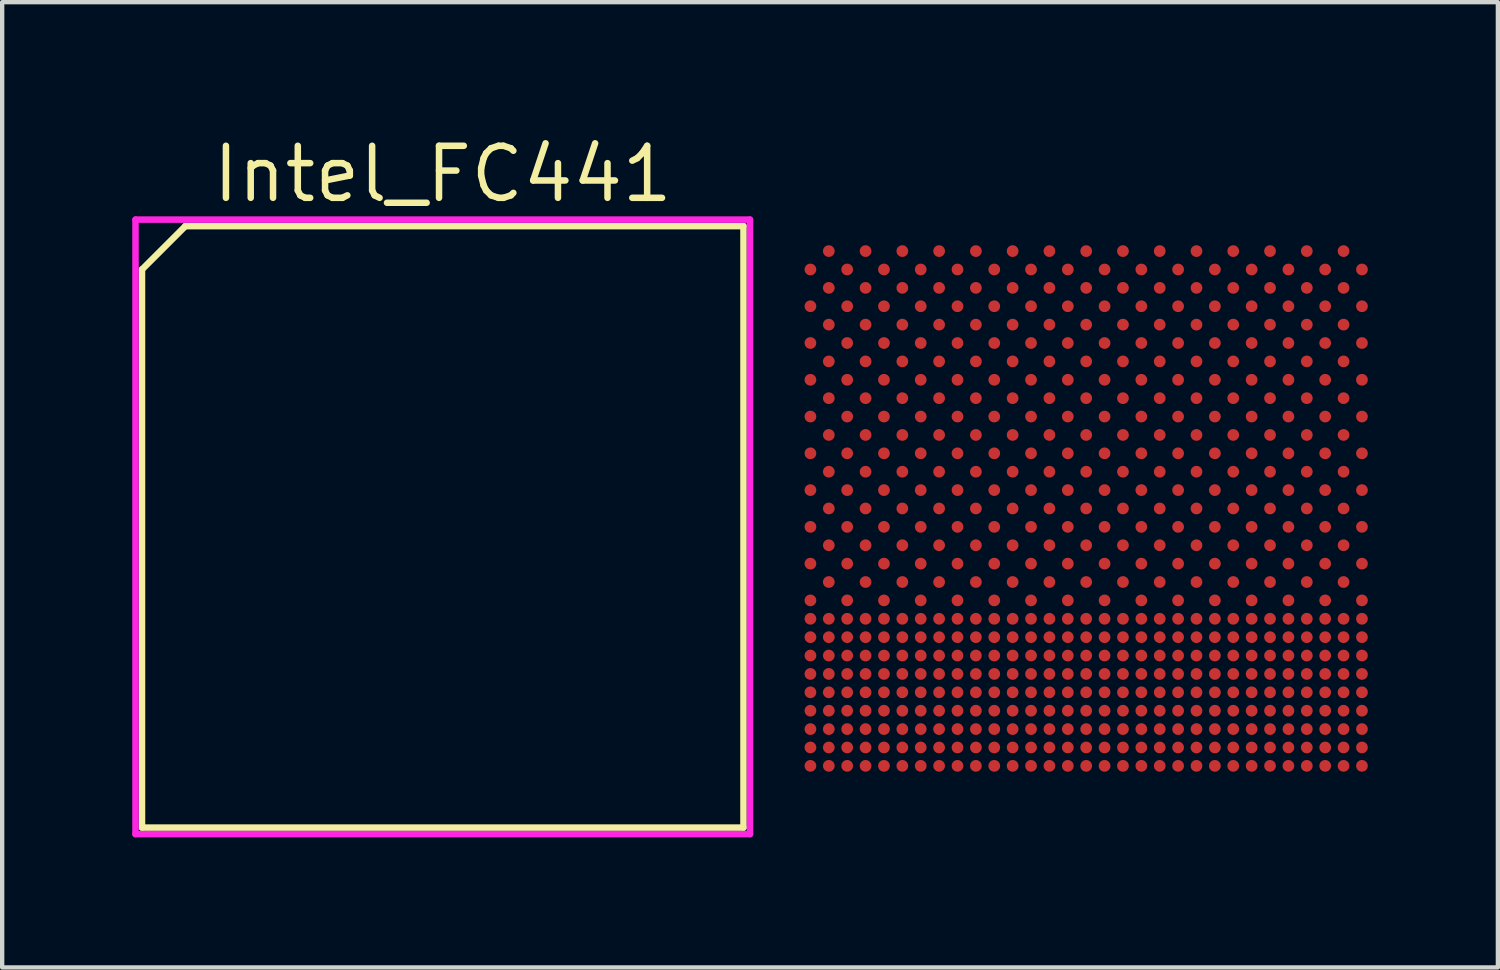
<source format=kicad_pcb>
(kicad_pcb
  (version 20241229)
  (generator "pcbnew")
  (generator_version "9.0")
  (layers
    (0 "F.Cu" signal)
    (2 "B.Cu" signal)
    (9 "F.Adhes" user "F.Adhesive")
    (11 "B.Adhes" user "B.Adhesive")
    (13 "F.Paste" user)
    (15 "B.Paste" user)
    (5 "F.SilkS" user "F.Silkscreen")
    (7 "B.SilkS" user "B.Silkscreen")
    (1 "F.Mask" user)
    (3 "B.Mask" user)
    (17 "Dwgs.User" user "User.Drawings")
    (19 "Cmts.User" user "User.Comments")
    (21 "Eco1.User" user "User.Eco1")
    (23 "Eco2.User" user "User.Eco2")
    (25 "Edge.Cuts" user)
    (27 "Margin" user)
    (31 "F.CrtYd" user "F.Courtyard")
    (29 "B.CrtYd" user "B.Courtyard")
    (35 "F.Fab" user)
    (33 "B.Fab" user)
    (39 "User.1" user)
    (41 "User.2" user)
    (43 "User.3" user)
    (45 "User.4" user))
  (footprint "Intel_FC441"
    (layer "F.Cu")
    (at 7.161 9.101)
    (property "Reference" "Intel_FC441" (at 0 -8.136 0) (layer "F.SilkS") (effects (font (size 1.2 1.2) (thickness 0.15))))
    (attr through_hole)
    (fp_line (start -6.936 -5.936) (end -6.936 6.936) (stroke (width 0.15) (type solid)) (layer "F.SilkS"))
    (fp_line (start -6.936 6.936) (end 6.936 6.936) (stroke (width 0.15) (type solid)) (layer "F.SilkS"))
    (fp_line (start -5.936 -6.936) (end -6.936 -5.936) (stroke (width 0.15) (type solid)) (layer "F.SilkS"))
    (fp_line (start 6.936 -6.936) (end -5.936 -6.936) (stroke (width 0.15) (type solid)) (layer "F.SilkS"))
    (fp_line (start 6.936 6.936) (end 6.936 -6.936) (stroke (width 0.15) (type solid)) (layer "F.SilkS"))
    (fp_line (start -7.086 -7.086) (end 7.086 -7.086) (stroke (width 0.15) (type solid)) (layer "F.CrtYd"))
    (fp_line (start -7.086 7.086) (end -7.086 -7.086) (stroke (width 0.15) (type solid)) (layer "F.CrtYd"))
    (fp_line (start 7.086 -7.086) (end 7.086 7.086) (stroke (width 0.15) (type solid)) (layer "F.CrtYd"))
    (fp_line (start 7.086 7.086) (end -7.086 7.086) (stroke (width 0.15) (type solid)) (layer "F.CrtYd"))
    (pad "A2" smd circle (at 8.904 -6.36) (size 0.27 0.27) (layers "F.Cu" "F.Mask" "F.Paste"))
    (pad "A4" smd circle (at 9.752 -6.36) (size 0.27 0.27) (layers "F.Cu" "F.Mask" "F.Paste"))
    (pad "A6" smd circle (at 10.6 -6.36) (size 0.27 0.27) (layers "F.Cu" "F.Mask" "F.Paste"))
    (pad "A8" smd circle (at 11.448 -6.36) (size 0.27 0.27) (layers "F.Cu" "F.Mask" "F.Paste"))
    (pad "A10" smd circle (at 12.296 -6.36) (size 0.27 0.27) (layers "F.Cu" "F.Mask" "F.Paste"))
    (pad "A12" smd circle (at 13.144 -6.36) (size 0.27 0.27) (layers "F.Cu" "F.Mask" "F.Paste"))
    (pad "A14" smd circle (at 13.992 -6.36) (size 0.27 0.27) (layers "F.Cu" "F.Mask" "F.Paste"))
    (pad "A16" smd circle (at 14.84 -6.36) (size 0.27 0.27) (layers "F.Cu" "F.Mask" "F.Paste"))
    (pad "A18" smd circle (at 15.688 -6.36) (size 0.27 0.27) (layers "F.Cu" "F.Mask" "F.Paste"))
    (pad "A20" smd circle (at 16.536 -6.36) (size 0.27 0.27) (layers "F.Cu" "F.Mask" "F.Paste"))
    (pad "A22" smd circle (at 17.384 -6.36) (size 0.27 0.27) (layers "F.Cu" "F.Mask" "F.Paste"))
    (pad "A24" smd circle (at 18.232 -6.36) (size 0.27 0.27) (layers "F.Cu" "F.Mask" "F.Paste"))
    (pad "A26" smd circle (at 19.08 -6.36) (size 0.27 0.27) (layers "F.Cu" "F.Mask" "F.Paste"))
    (pad "A28" smd circle (at 19.928 -6.36) (size 0.27 0.27) (layers "F.Cu" "F.Mask" "F.Paste"))
    (pad "A30" smd circle (at 20.776 -6.36) (size 0.27 0.27) (layers "F.Cu" "F.Mask" "F.Paste"))
    (pad "AA1" smd circle (at 8.48 2.12) (size 0.27 0.27) (layers "F.Cu" "F.Mask" "F.Paste"))
    (pad "AA2" smd circle (at 8.904 2.12) (size 0.27 0.27) (layers "F.Cu" "F.Mask" "F.Paste"))
    (pad "AA3" smd circle (at 9.328 2.12) (size 0.27 0.27) (layers "F.Cu" "F.Mask" "F.Paste"))
    (pad "AA4" smd circle (at 9.752 2.12) (size 0.27 0.27) (layers "F.Cu" "F.Mask" "F.Paste"))
    (pad "AA5" smd circle (at 10.176 2.12) (size 0.27 0.27) (layers "F.Cu" "F.Mask" "F.Paste"))
    (pad "AA6" smd circle (at 10.6 2.12) (size 0.27 0.27) (layers "F.Cu" "F.Mask" "F.Paste"))
    (pad "AA7" smd circle (at 11.024 2.12) (size 0.27 0.27) (layers "F.Cu" "F.Mask" "F.Paste"))
    (pad "AA8" smd circle (at 11.448 2.12) (size 0.27 0.27) (layers "F.Cu" "F.Mask" "F.Paste"))
    (pad "AA9" smd circle (at 11.872 2.12) (size 0.27 0.27) (layers "F.Cu" "F.Mask" "F.Paste"))
    (pad "AA10" smd circle (at 12.296 2.12) (size 0.27 0.27) (layers "F.Cu" "F.Mask" "F.Paste"))
    (pad "AA11" smd circle (at 12.72 2.12) (size 0.27 0.27) (layers "F.Cu" "F.Mask" "F.Paste"))
    (pad "AA12" smd circle (at 13.144 2.12) (size 0.27 0.27) (layers "F.Cu" "F.Mask" "F.Paste"))
    (pad "AA13" smd circle (at 13.568 2.12) (size 0.27 0.27) (layers "F.Cu" "F.Mask" "F.Paste"))
    (pad "AA14" smd circle (at 13.992 2.12) (size 0.27 0.27) (layers "F.Cu" "F.Mask" "F.Paste"))
    (pad "AA15" smd circle (at 14.416 2.12) (size 0.27 0.27) (layers "F.Cu" "F.Mask" "F.Paste"))
    (pad "AA16" smd circle (at 14.84 2.12) (size 0.27 0.27) (layers "F.Cu" "F.Mask" "F.Paste"))
    (pad "AA17" smd circle (at 15.264 2.12) (size 0.27 0.27) (layers "F.Cu" "F.Mask" "F.Paste"))
    (pad "AA18" smd circle (at 15.688 2.12) (size 0.27 0.27) (layers "F.Cu" "F.Mask" "F.Paste"))
    (pad "AA19" smd circle (at 16.112 2.12) (size 0.27 0.27) (layers "F.Cu" "F.Mask" "F.Paste"))
    (pad "AA20" smd circle (at 16.536 2.12) (size 0.27 0.27) (layers "F.Cu" "F.Mask" "F.Paste"))
    (pad "AA21" smd circle (at 16.96 2.12) (size 0.27 0.27) (layers "F.Cu" "F.Mask" "F.Paste"))
    (pad "AA22" smd circle (at 17.384 2.12) (size 0.27 0.27) (layers "F.Cu" "F.Mask" "F.Paste"))
    (pad "AA23" smd circle (at 17.808 2.12) (size 0.27 0.27) (layers "F.Cu" "F.Mask" "F.Paste"))
    (pad "AA24" smd circle (at 18.232 2.12) (size 0.27 0.27) (layers "F.Cu" "F.Mask" "F.Paste"))
    (pad "AA25" smd circle (at 18.656 2.12) (size 0.27 0.27) (layers "F.Cu" "F.Mask" "F.Paste"))
    (pad "AA26" smd circle (at 19.08 2.12) (size 0.27 0.27) (layers "F.Cu" "F.Mask" "F.Paste"))
    (pad "AA27" smd circle (at 19.504 2.12) (size 0.27 0.27) (layers "F.Cu" "F.Mask" "F.Paste"))
    (pad "AA28" smd circle (at 19.928 2.12) (size 0.27 0.27) (layers "F.Cu" "F.Mask" "F.Paste"))
    (pad "AA29" smd circle (at 20.352 2.12) (size 0.27 0.27) (layers "F.Cu" "F.Mask" "F.Paste"))
    (pad "AA30" smd circle (at 20.776 2.12) (size 0.27 0.27) (layers "F.Cu" "F.Mask" "F.Paste"))
    (pad "AA31" smd circle (at 21.2 2.12) (size 0.27 0.27) (layers "F.Cu" "F.Mask" "F.Paste"))
    (pad "AB1" smd circle (at 8.48 2.544) (size 0.27 0.27) (layers "F.Cu" "F.Mask" "F.Paste"))
    (pad "AB2" smd circle (at 8.904 2.544) (size 0.27 0.27) (layers "F.Cu" "F.Mask" "F.Paste"))
    (pad "AB3" smd circle (at 9.328 2.544) (size 0.27 0.27) (layers "F.Cu" "F.Mask" "F.Paste"))
    (pad "AB4" smd circle (at 9.752 2.544) (size 0.27 0.27) (layers "F.Cu" "F.Mask" "F.Paste"))
    (pad "AB5" smd circle (at 10.176 2.544) (size 0.27 0.27) (layers "F.Cu" "F.Mask" "F.Paste"))
    (pad "AB6" smd circle (at 10.6 2.544) (size 0.27 0.27) (layers "F.Cu" "F.Mask" "F.Paste"))
    (pad "AB7" smd circle (at 11.024 2.544) (size 0.27 0.27) (layers "F.Cu" "F.Mask" "F.Paste"))
    (pad "AB8" smd circle (at 11.448 2.544) (size 0.27 0.27) (layers "F.Cu" "F.Mask" "F.Paste"))
    (pad "AB9" smd circle (at 11.872 2.544) (size 0.27 0.27) (layers "F.Cu" "F.Mask" "F.Paste"))
    (pad "AB10" smd circle (at 12.296 2.544) (size 0.27 0.27) (layers "F.Cu" "F.Mask" "F.Paste"))
    (pad "AB11" smd circle (at 12.72 2.544) (size 0.27 0.27) (layers "F.Cu" "F.Mask" "F.Paste"))
    (pad "AB12" smd circle (at 13.144 2.544) (size 0.27 0.27) (layers "F.Cu" "F.Mask" "F.Paste"))
    (pad "AB13" smd circle (at 13.568 2.544) (size 0.27 0.27) (layers "F.Cu" "F.Mask" "F.Paste"))
    (pad "AB14" smd circle (at 13.992 2.544) (size 0.27 0.27) (layers "F.Cu" "F.Mask" "F.Paste"))
    (pad "AB15" smd circle (at 14.416 2.544) (size 0.27 0.27) (layers "F.Cu" "F.Mask" "F.Paste"))
    (pad "AB16" smd circle (at 14.84 2.544) (size 0.27 0.27) (layers "F.Cu" "F.Mask" "F.Paste"))
    (pad "AB17" smd circle (at 15.264 2.544) (size 0.27 0.27) (layers "F.Cu" "F.Mask" "F.Paste"))
    (pad "AB18" smd circle (at 15.688 2.544) (size 0.27 0.27) (layers "F.Cu" "F.Mask" "F.Paste"))
    (pad "AB19" smd circle (at 16.112 2.544) (size 0.27 0.27) (layers "F.Cu" "F.Mask" "F.Paste"))
    (pad "AB20" smd circle (at 16.536 2.544) (size 0.27 0.27) (layers "F.Cu" "F.Mask" "F.Paste"))
    (pad "AB21" smd circle (at 16.96 2.544) (size 0.27 0.27) (layers "F.Cu" "F.Mask" "F.Paste"))
    (pad "AB22" smd circle (at 17.384 2.544) (size 0.27 0.27) (layers "F.Cu" "F.Mask" "F.Paste"))
    (pad "AB23" smd circle (at 17.808 2.544) (size 0.27 0.27) (layers "F.Cu" "F.Mask" "F.Paste"))
    (pad "AB24" smd circle (at 18.232 2.544) (size 0.27 0.27) (layers "F.Cu" "F.Mask" "F.Paste"))
    (pad "AB25" smd circle (at 18.656 2.544) (size 0.27 0.27) (layers "F.Cu" "F.Mask" "F.Paste"))
    (pad "AB26" smd circle (at 19.08 2.544) (size 0.27 0.27) (layers "F.Cu" "F.Mask" "F.Paste"))
    (pad "AB27" smd circle (at 19.504 2.544) (size 0.27 0.27) (layers "F.Cu" "F.Mask" "F.Paste"))
    (pad "AB28" smd circle (at 19.928 2.544) (size 0.27 0.27) (layers "F.Cu" "F.Mask" "F.Paste"))
    (pad "AB29" smd circle (at 20.352 2.544) (size 0.27 0.27) (layers "F.Cu" "F.Mask" "F.Paste"))
    (pad "AB30" smd circle (at 20.776 2.544) (size 0.27 0.27) (layers "F.Cu" "F.Mask" "F.Paste"))
    (pad "AB31" smd circle (at 21.2 2.544) (size 0.27 0.27) (layers "F.Cu" "F.Mask" "F.Paste"))
    (pad "AC1" smd circle (at 8.48 2.968) (size 0.27 0.27) (layers "F.Cu" "F.Mask" "F.Paste"))
    (pad "AC2" smd circle (at 8.904 2.968) (size 0.27 0.27) (layers "F.Cu" "F.Mask" "F.Paste"))
    (pad "AC3" smd circle (at 9.328 2.968) (size 0.27 0.27) (layers "F.Cu" "F.Mask" "F.Paste"))
    (pad "AC4" smd circle (at 9.752 2.968) (size 0.27 0.27) (layers "F.Cu" "F.Mask" "F.Paste"))
    (pad "AC5" smd circle (at 10.176 2.968) (size 0.27 0.27) (layers "F.Cu" "F.Mask" "F.Paste"))
    (pad "AC6" smd circle (at 10.6 2.968) (size 0.27 0.27) (layers "F.Cu" "F.Mask" "F.Paste"))
    (pad "AC7" smd circle (at 11.024 2.968) (size 0.27 0.27) (layers "F.Cu" "F.Mask" "F.Paste"))
    (pad "AC8" smd circle (at 11.448 2.968) (size 0.27 0.27) (layers "F.Cu" "F.Mask" "F.Paste"))
    (pad "AC9" smd circle (at 11.872 2.968) (size 0.27 0.27) (layers "F.Cu" "F.Mask" "F.Paste"))
    (pad "AC10" smd circle (at 12.296 2.968) (size 0.27 0.27) (layers "F.Cu" "F.Mask" "F.Paste"))
    (pad "AC11" smd circle (at 12.72 2.968) (size 0.27 0.27) (layers "F.Cu" "F.Mask" "F.Paste"))
    (pad "AC12" smd circle (at 13.144 2.968) (size 0.27 0.27) (layers "F.Cu" "F.Mask" "F.Paste"))
    (pad "AC13" smd circle (at 13.568 2.968) (size 0.27 0.27) (layers "F.Cu" "F.Mask" "F.Paste"))
    (pad "AC14" smd circle (at 13.992 2.968) (size 0.27 0.27) (layers "F.Cu" "F.Mask" "F.Paste"))
    (pad "AC15" smd circle (at 14.416 2.968) (size 0.27 0.27) (layers "F.Cu" "F.Mask" "F.Paste"))
    (pad "AC16" smd circle (at 14.84 2.968) (size 0.27 0.27) (layers "F.Cu" "F.Mask" "F.Paste"))
    (pad "AC17" smd circle (at 15.264 2.968) (size 0.27 0.27) (layers "F.Cu" "F.Mask" "F.Paste"))
    (pad "AC18" smd circle (at 15.688 2.968) (size 0.27 0.27) (layers "F.Cu" "F.Mask" "F.Paste"))
    (pad "AC19" smd circle (at 16.112 2.968) (size 0.27 0.27) (layers "F.Cu" "F.Mask" "F.Paste"))
    (pad "AC20" smd circle (at 16.536 2.968) (size 0.27 0.27) (layers "F.Cu" "F.Mask" "F.Paste"))
    (pad "AC21" smd circle (at 16.96 2.968) (size 0.27 0.27) (layers "F.Cu" "F.Mask" "F.Paste"))
    (pad "AC22" smd circle (at 17.384 2.968) (size 0.27 0.27) (layers "F.Cu" "F.Mask" "F.Paste"))
    (pad "AC23" smd circle (at 17.808 2.968) (size 0.27 0.27) (layers "F.Cu" "F.Mask" "F.Paste"))
    (pad "AC24" smd circle (at 18.232 2.968) (size 0.27 0.27) (layers "F.Cu" "F.Mask" "F.Paste"))
    (pad "AC25" smd circle (at 18.656 2.968) (size 0.27 0.27) (layers "F.Cu" "F.Mask" "F.Paste"))
    (pad "AC26" smd circle (at 19.08 2.968) (size 0.27 0.27) (layers "F.Cu" "F.Mask" "F.Paste"))
    (pad "AC27" smd circle (at 19.504 2.968) (size 0.27 0.27) (layers "F.Cu" "F.Mask" "F.Paste"))
    (pad "AC28" smd circle (at 19.928 2.968) (size 0.27 0.27) (layers "F.Cu" "F.Mask" "F.Paste"))
    (pad "AC29" smd circle (at 20.352 2.968) (size 0.27 0.27) (layers "F.Cu" "F.Mask" "F.Paste"))
    (pad "AC30" smd circle (at 20.776 2.968) (size 0.27 0.27) (layers "F.Cu" "F.Mask" "F.Paste"))
    (pad "AC31" smd circle (at 21.2 2.968) (size 0.27 0.27) (layers "F.Cu" "F.Mask" "F.Paste"))
    (pad "AD1" smd circle (at 8.48 3.392) (size 0.27 0.27) (layers "F.Cu" "F.Mask" "F.Paste"))
    (pad "AD2" smd circle (at 8.904 3.392) (size 0.27 0.27) (layers "F.Cu" "F.Mask" "F.Paste"))
    (pad "AD3" smd circle (at 9.328 3.392) (size 0.27 0.27) (layers "F.Cu" "F.Mask" "F.Paste"))
    (pad "AD4" smd circle (at 9.752 3.392) (size 0.27 0.27) (layers "F.Cu" "F.Mask" "F.Paste"))
    (pad "AD5" smd circle (at 10.176 3.392) (size 0.27 0.27) (layers "F.Cu" "F.Mask" "F.Paste"))
    (pad "AD6" smd circle (at 10.6 3.392) (size 0.27 0.27) (layers "F.Cu" "F.Mask" "F.Paste"))
    (pad "AD7" smd circle (at 11.024 3.392) (size 0.27 0.27) (layers "F.Cu" "F.Mask" "F.Paste"))
    (pad "AD8" smd circle (at 11.448 3.392) (size 0.27 0.27) (layers "F.Cu" "F.Mask" "F.Paste"))
    (pad "AD9" smd circle (at 11.872 3.392) (size 0.27 0.27) (layers "F.Cu" "F.Mask" "F.Paste"))
    (pad "AD10" smd circle (at 12.296 3.392) (size 0.27 0.27) (layers "F.Cu" "F.Mask" "F.Paste"))
    (pad "AD11" smd circle (at 12.72 3.392) (size 0.27 0.27) (layers "F.Cu" "F.Mask" "F.Paste"))
    (pad "AD12" smd circle (at 13.144 3.392) (size 0.27 0.27) (layers "F.Cu" "F.Mask" "F.Paste"))
    (pad "AD13" smd circle (at 13.568 3.392) (size 0.27 0.27) (layers "F.Cu" "F.Mask" "F.Paste"))
    (pad "AD14" smd circle (at 13.992 3.392) (size 0.27 0.27) (layers "F.Cu" "F.Mask" "F.Paste"))
    (pad "AD15" smd circle (at 14.416 3.392) (size 0.27 0.27) (layers "F.Cu" "F.Mask" "F.Paste"))
    (pad "AD16" smd circle (at 14.84 3.392) (size 0.27 0.27) (layers "F.Cu" "F.Mask" "F.Paste"))
    (pad "AD17" smd circle (at 15.264 3.392) (size 0.27 0.27) (layers "F.Cu" "F.Mask" "F.Paste"))
    (pad "AD18" smd circle (at 15.688 3.392) (size 0.27 0.27) (layers "F.Cu" "F.Mask" "F.Paste"))
    (pad "AD19" smd circle (at 16.112 3.392) (size 0.27 0.27) (layers "F.Cu" "F.Mask" "F.Paste"))
    (pad "AD20" smd circle (at 16.536 3.392) (size 0.27 0.27) (layers "F.Cu" "F.Mask" "F.Paste"))
    (pad "AD21" smd circle (at 16.96 3.392) (size 0.27 0.27) (layers "F.Cu" "F.Mask" "F.Paste"))
    (pad "AD22" smd circle (at 17.384 3.392) (size 0.27 0.27) (layers "F.Cu" "F.Mask" "F.Paste"))
    (pad "AD23" smd circle (at 17.808 3.392) (size 0.27 0.27) (layers "F.Cu" "F.Mask" "F.Paste"))
    (pad "AD24" smd circle (at 18.232 3.392) (size 0.27 0.27) (layers "F.Cu" "F.Mask" "F.Paste"))
    (pad "AD25" smd circle (at 18.656 3.392) (size 0.27 0.27) (layers "F.Cu" "F.Mask" "F.Paste"))
    (pad "AD26" smd circle (at 19.08 3.392) (size 0.27 0.27) (layers "F.Cu" "F.Mask" "F.Paste"))
    (pad "AD27" smd circle (at 19.504 3.392) (size 0.27 0.27) (layers "F.Cu" "F.Mask" "F.Paste"))
    (pad "AD28" smd circle (at 19.928 3.392) (size 0.27 0.27) (layers "F.Cu" "F.Mask" "F.Paste"))
    (pad "AD29" smd circle (at 20.352 3.392) (size 0.27 0.27) (layers "F.Cu" "F.Mask" "F.Paste"))
    (pad "AD30" smd circle (at 20.776 3.392) (size 0.27 0.27) (layers "F.Cu" "F.Mask" "F.Paste"))
    (pad "AD31" smd circle (at 21.2 3.392) (size 0.27 0.27) (layers "F.Cu" "F.Mask" "F.Paste"))
    (pad "AE1" smd circle (at 8.48 3.816) (size 0.27 0.27) (layers "F.Cu" "F.Mask" "F.Paste"))
    (pad "AE2" smd circle (at 8.904 3.816) (size 0.27 0.27) (layers "F.Cu" "F.Mask" "F.Paste"))
    (pad "AE3" smd circle (at 9.328 3.816) (size 0.27 0.27) (layers "F.Cu" "F.Mask" "F.Paste"))
    (pad "AE4" smd circle (at 9.752 3.816) (size 0.27 0.27) (layers "F.Cu" "F.Mask" "F.Paste"))
    (pad "AE5" smd circle (at 10.176 3.816) (size 0.27 0.27) (layers "F.Cu" "F.Mask" "F.Paste"))
    (pad "AE6" smd circle (at 10.6 3.816) (size 0.27 0.27) (layers "F.Cu" "F.Mask" "F.Paste"))
    (pad "AE7" smd circle (at 11.024 3.816) (size 0.27 0.27) (layers "F.Cu" "F.Mask" "F.Paste"))
    (pad "AE8" smd circle (at 11.448 3.816) (size 0.27 0.27) (layers "F.Cu" "F.Mask" "F.Paste"))
    (pad "AE9" smd circle (at 11.872 3.816) (size 0.27 0.27) (layers "F.Cu" "F.Mask" "F.Paste"))
    (pad "AE10" smd circle (at 12.296 3.816) (size 0.27 0.27) (layers "F.Cu" "F.Mask" "F.Paste"))
    (pad "AE11" smd circle (at 12.72 3.816) (size 0.27 0.27) (layers "F.Cu" "F.Mask" "F.Paste"))
    (pad "AE12" smd circle (at 13.144 3.816) (size 0.27 0.27) (layers "F.Cu" "F.Mask" "F.Paste"))
    (pad "AE13" smd circle (at 13.568 3.816) (size 0.27 0.27) (layers "F.Cu" "F.Mask" "F.Paste"))
    (pad "AE14" smd circle (at 13.992 3.816) (size 0.27 0.27) (layers "F.Cu" "F.Mask" "F.Paste"))
    (pad "AE15" smd circle (at 14.416 3.816) (size 0.27 0.27) (layers "F.Cu" "F.Mask" "F.Paste"))
    (pad "AE16" smd circle (at 14.84 3.816) (size 0.27 0.27) (layers "F.Cu" "F.Mask" "F.Paste"))
    (pad "AE17" smd circle (at 15.264 3.816) (size 0.27 0.27) (layers "F.Cu" "F.Mask" "F.Paste"))
    (pad "AE18" smd circle (at 15.688 3.816) (size 0.27 0.27) (layers "F.Cu" "F.Mask" "F.Paste"))
    (pad "AE19" smd circle (at 16.112 3.816) (size 0.27 0.27) (layers "F.Cu" "F.Mask" "F.Paste"))
    (pad "AE20" smd circle (at 16.536 3.816) (size 0.27 0.27) (layers "F.Cu" "F.Mask" "F.Paste"))
    (pad "AE21" smd circle (at 16.96 3.816) (size 0.27 0.27) (layers "F.Cu" "F.Mask" "F.Paste"))
    (pad "AE22" smd circle (at 17.384 3.816) (size 0.27 0.27) (layers "F.Cu" "F.Mask" "F.Paste"))
    (pad "AE23" smd circle (at 17.808 3.816) (size 0.27 0.27) (layers "F.Cu" "F.Mask" "F.Paste"))
    (pad "AE24" smd circle (at 18.232 3.816) (size 0.27 0.27) (layers "F.Cu" "F.Mask" "F.Paste"))
    (pad "AE25" smd circle (at 18.656 3.816) (size 0.27 0.27) (layers "F.Cu" "F.Mask" "F.Paste"))
    (pad "AE26" smd circle (at 19.08 3.816) (size 0.27 0.27) (layers "F.Cu" "F.Mask" "F.Paste"))
    (pad "AE27" smd circle (at 19.504 3.816) (size 0.27 0.27) (layers "F.Cu" "F.Mask" "F.Paste"))
    (pad "AE28" smd circle (at 19.928 3.816) (size 0.27 0.27) (layers "F.Cu" "F.Mask" "F.Paste"))
    (pad "AE29" smd circle (at 20.352 3.816) (size 0.27 0.27) (layers "F.Cu" "F.Mask" "F.Paste"))
    (pad "AE30" smd circle (at 20.776 3.816) (size 0.27 0.27) (layers "F.Cu" "F.Mask" "F.Paste"))
    (pad "AE31" smd circle (at 21.2 3.816) (size 0.27 0.27) (layers "F.Cu" "F.Mask" "F.Paste"))
    (pad "AF1" smd circle (at 8.48 4.24) (size 0.27 0.27) (layers "F.Cu" "F.Mask" "F.Paste"))
    (pad "AF2" smd circle (at 8.904 4.24) (size 0.27 0.27) (layers "F.Cu" "F.Mask" "F.Paste"))
    (pad "AF3" smd circle (at 9.328 4.24) (size 0.27 0.27) (layers "F.Cu" "F.Mask" "F.Paste"))
    (pad "AF4" smd circle (at 9.752 4.24) (size 0.27 0.27) (layers "F.Cu" "F.Mask" "F.Paste"))
    (pad "AF5" smd circle (at 10.176 4.24) (size 0.27 0.27) (layers "F.Cu" "F.Mask" "F.Paste"))
    (pad "AF6" smd circle (at 10.6 4.24) (size 0.27 0.27) (layers "F.Cu" "F.Mask" "F.Paste"))
    (pad "AF7" smd circle (at 11.024 4.24) (size 0.27 0.27) (layers "F.Cu" "F.Mask" "F.Paste"))
    (pad "AF8" smd circle (at 11.448 4.24) (size 0.27 0.27) (layers "F.Cu" "F.Mask" "F.Paste"))
    (pad "AF9" smd circle (at 11.872 4.24) (size 0.27 0.27) (layers "F.Cu" "F.Mask" "F.Paste"))
    (pad "AF10" smd circle (at 12.296 4.24) (size 0.27 0.27) (layers "F.Cu" "F.Mask" "F.Paste"))
    (pad "AF11" smd circle (at 12.72 4.24) (size 0.27 0.27) (layers "F.Cu" "F.Mask" "F.Paste"))
    (pad "AF12" smd circle (at 13.144 4.24) (size 0.27 0.27) (layers "F.Cu" "F.Mask" "F.Paste"))
    (pad "AF13" smd circle (at 13.568 4.24) (size 0.27 0.27) (layers "F.Cu" "F.Mask" "F.Paste"))
    (pad "AF14" smd circle (at 13.992 4.24) (size 0.27 0.27) (layers "F.Cu" "F.Mask" "F.Paste"))
    (pad "AF15" smd circle (at 14.416 4.24) (size 0.27 0.27) (layers "F.Cu" "F.Mask" "F.Paste"))
    (pad "AF16" smd circle (at 14.84 4.24) (size 0.27 0.27) (layers "F.Cu" "F.Mask" "F.Paste"))
    (pad "AF17" smd circle (at 15.264 4.24) (size 0.27 0.27) (layers "F.Cu" "F.Mask" "F.Paste"))
    (pad "AF18" smd circle (at 15.688 4.24) (size 0.27 0.27) (layers "F.Cu" "F.Mask" "F.Paste"))
    (pad "AF19" smd circle (at 16.112 4.24) (size 0.27 0.27) (layers "F.Cu" "F.Mask" "F.Paste"))
    (pad "AF20" smd circle (at 16.536 4.24) (size 0.27 0.27) (layers "F.Cu" "F.Mask" "F.Paste"))
    (pad "AF21" smd circle (at 16.96 4.24) (size 0.27 0.27) (layers "F.Cu" "F.Mask" "F.Paste"))
    (pad "AF22" smd circle (at 17.384 4.24) (size 0.27 0.27) (layers "F.Cu" "F.Mask" "F.Paste"))
    (pad "AF23" smd circle (at 17.808 4.24) (size 0.27 0.27) (layers "F.Cu" "F.Mask" "F.Paste"))
    (pad "AF24" smd circle (at 18.232 4.24) (size 0.27 0.27) (layers "F.Cu" "F.Mask" "F.Paste"))
    (pad "AF25" smd circle (at 18.656 4.24) (size 0.27 0.27) (layers "F.Cu" "F.Mask" "F.Paste"))
    (pad "AF26" smd circle (at 19.08 4.24) (size 0.27 0.27) (layers "F.Cu" "F.Mask" "F.Paste"))
    (pad "AF27" smd circle (at 19.504 4.24) (size 0.27 0.27) (layers "F.Cu" "F.Mask" "F.Paste"))
    (pad "AF28" smd circle (at 19.928 4.24) (size 0.27 0.27) (layers "F.Cu" "F.Mask" "F.Paste"))
    (pad "AF29" smd circle (at 20.352 4.24) (size 0.27 0.27) (layers "F.Cu" "F.Mask" "F.Paste"))
    (pad "AF30" smd circle (at 20.776 4.24) (size 0.27 0.27) (layers "F.Cu" "F.Mask" "F.Paste"))
    (pad "AF31" smd circle (at 21.2 4.24) (size 0.27 0.27) (layers "F.Cu" "F.Mask" "F.Paste"))
    (pad "AG1" smd circle (at 8.48 4.664) (size 0.27 0.27) (layers "F.Cu" "F.Mask" "F.Paste"))
    (pad "AG2" smd circle (at 8.904 4.664) (size 0.27 0.27) (layers "F.Cu" "F.Mask" "F.Paste"))
    (pad "AG3" smd circle (at 9.328 4.664) (size 0.27 0.27) (layers "F.Cu" "F.Mask" "F.Paste"))
    (pad "AG4" smd circle (at 9.752 4.664) (size 0.27 0.27) (layers "F.Cu" "F.Mask" "F.Paste"))
    (pad "AG5" smd circle (at 10.176 4.664) (size 0.27 0.27) (layers "F.Cu" "F.Mask" "F.Paste"))
    (pad "AG6" smd circle (at 10.6 4.664) (size 0.27 0.27) (layers "F.Cu" "F.Mask" "F.Paste"))
    (pad "AG7" smd circle (at 11.024 4.664) (size 0.27 0.27) (layers "F.Cu" "F.Mask" "F.Paste"))
    (pad "AG8" smd circle (at 11.448 4.664) (size 0.27 0.27) (layers "F.Cu" "F.Mask" "F.Paste"))
    (pad "AG9" smd circle (at 11.872 4.664) (size 0.27 0.27) (layers "F.Cu" "F.Mask" "F.Paste"))
    (pad "AG10" smd circle (at 12.296 4.664) (size 0.27 0.27) (layers "F.Cu" "F.Mask" "F.Paste"))
    (pad "AG11" smd circle (at 12.72 4.664) (size 0.27 0.27) (layers "F.Cu" "F.Mask" "F.Paste"))
    (pad "AG12" smd circle (at 13.144 4.664) (size 0.27 0.27) (layers "F.Cu" "F.Mask" "F.Paste"))
    (pad "AG13" smd circle (at 13.568 4.664) (size 0.27 0.27) (layers "F.Cu" "F.Mask" "F.Paste"))
    (pad "AG14" smd circle (at 13.992 4.664) (size 0.27 0.27) (layers "F.Cu" "F.Mask" "F.Paste"))
    (pad "AG15" smd circle (at 14.416 4.664) (size 0.27 0.27) (layers "F.Cu" "F.Mask" "F.Paste"))
    (pad "AG16" smd circle (at 14.84 4.664) (size 0.27 0.27) (layers "F.Cu" "F.Mask" "F.Paste"))
    (pad "AG17" smd circle (at 15.264 4.664) (size 0.27 0.27) (layers "F.Cu" "F.Mask" "F.Paste"))
    (pad "AG18" smd circle (at 15.688 4.664) (size 0.27 0.27) (layers "F.Cu" "F.Mask" "F.Paste"))
    (pad "AG19" smd circle (at 16.112 4.664) (size 0.27 0.27) (layers "F.Cu" "F.Mask" "F.Paste"))
    (pad "AG20" smd circle (at 16.536 4.664) (size 0.27 0.27) (layers "F.Cu" "F.Mask" "F.Paste"))
    (pad "AG21" smd circle (at 16.96 4.664) (size 0.27 0.27) (layers "F.Cu" "F.Mask" "F.Paste"))
    (pad "AG22" smd circle (at 17.384 4.664) (size 0.27 0.27) (layers "F.Cu" "F.Mask" "F.Paste"))
    (pad "AG23" smd circle (at 17.808 4.664) (size 0.27 0.27) (layers "F.Cu" "F.Mask" "F.Paste"))
    (pad "AG24" smd circle (at 18.232 4.664) (size 0.27 0.27) (layers "F.Cu" "F.Mask" "F.Paste"))
    (pad "AG25" smd circle (at 18.656 4.664) (size 0.27 0.27) (layers "F.Cu" "F.Mask" "F.Paste"))
    (pad "AG26" smd circle (at 19.08 4.664) (size 0.27 0.27) (layers "F.Cu" "F.Mask" "F.Paste"))
    (pad "AG27" smd circle (at 19.504 4.664) (size 0.27 0.27) (layers "F.Cu" "F.Mask" "F.Paste"))
    (pad "AG28" smd circle (at 19.928 4.664) (size 0.27 0.27) (layers "F.Cu" "F.Mask" "F.Paste"))
    (pad "AG29" smd circle (at 20.352 4.664) (size 0.27 0.27) (layers "F.Cu" "F.Mask" "F.Paste"))
    (pad "AG30" smd circle (at 20.776 4.664) (size 0.27 0.27) (layers "F.Cu" "F.Mask" "F.Paste"))
    (pad "AG31" smd circle (at 21.2 4.664) (size 0.27 0.27) (layers "F.Cu" "F.Mask" "F.Paste"))
    (pad "AH1" smd circle (at 8.48 5.088) (size 0.27 0.27) (layers "F.Cu" "F.Mask" "F.Paste"))
    (pad "AH2" smd circle (at 8.904 5.088) (size 0.27 0.27) (layers "F.Cu" "F.Mask" "F.Paste"))
    (pad "AH3" smd circle (at 9.328 5.088) (size 0.27 0.27) (layers "F.Cu" "F.Mask" "F.Paste"))
    (pad "AH4" smd circle (at 9.752 5.088) (size 0.27 0.27) (layers "F.Cu" "F.Mask" "F.Paste"))
    (pad "AH5" smd circle (at 10.176 5.088) (size 0.27 0.27) (layers "F.Cu" "F.Mask" "F.Paste"))
    (pad "AH6" smd circle (at 10.6 5.088) (size 0.27 0.27) (layers "F.Cu" "F.Mask" "F.Paste"))
    (pad "AH7" smd circle (at 11.024 5.088) (size 0.27 0.27) (layers "F.Cu" "F.Mask" "F.Paste"))
    (pad "AH8" smd circle (at 11.448 5.088) (size 0.27 0.27) (layers "F.Cu" "F.Mask" "F.Paste"))
    (pad "AH9" smd circle (at 11.872 5.088) (size 0.27 0.27) (layers "F.Cu" "F.Mask" "F.Paste"))
    (pad "AH10" smd circle (at 12.296 5.088) (size 0.27 0.27) (layers "F.Cu" "F.Mask" "F.Paste"))
    (pad "AH11" smd circle (at 12.72 5.088) (size 0.27 0.27) (layers "F.Cu" "F.Mask" "F.Paste"))
    (pad "AH12" smd circle (at 13.144 5.088) (size 0.27 0.27) (layers "F.Cu" "F.Mask" "F.Paste"))
    (pad "AH13" smd circle (at 13.568 5.088) (size 0.27 0.27) (layers "F.Cu" "F.Mask" "F.Paste"))
    (pad "AH14" smd circle (at 13.992 5.088) (size 0.27 0.27) (layers "F.Cu" "F.Mask" "F.Paste"))
    (pad "AH15" smd circle (at 14.416 5.088) (size 0.27 0.27) (layers "F.Cu" "F.Mask" "F.Paste"))
    (pad "AH16" smd circle (at 14.84 5.088) (size 0.27 0.27) (layers "F.Cu" "F.Mask" "F.Paste"))
    (pad "AH17" smd circle (at 15.264 5.088) (size 0.27 0.27) (layers "F.Cu" "F.Mask" "F.Paste"))
    (pad "AH18" smd circle (at 15.688 5.088) (size 0.27 0.27) (layers "F.Cu" "F.Mask" "F.Paste"))
    (pad "AH19" smd circle (at 16.112 5.088) (size 0.27 0.27) (layers "F.Cu" "F.Mask" "F.Paste"))
    (pad "AH20" smd circle (at 16.536 5.088) (size 0.27 0.27) (layers "F.Cu" "F.Mask" "F.Paste"))
    (pad "AH21" smd circle (at 16.96 5.088) (size 0.27 0.27) (layers "F.Cu" "F.Mask" "F.Paste"))
    (pad "AH22" smd circle (at 17.384 5.088) (size 0.27 0.27) (layers "F.Cu" "F.Mask" "F.Paste"))
    (pad "AH23" smd circle (at 17.808 5.088) (size 0.27 0.27) (layers "F.Cu" "F.Mask" "F.Paste"))
    (pad "AH24" smd circle (at 18.232 5.088) (size 0.27 0.27) (layers "F.Cu" "F.Mask" "F.Paste"))
    (pad "AH25" smd circle (at 18.656 5.088) (size 0.27 0.27) (layers "F.Cu" "F.Mask" "F.Paste"))
    (pad "AH26" smd circle (at 19.08 5.088) (size 0.27 0.27) (layers "F.Cu" "F.Mask" "F.Paste"))
    (pad "AH27" smd circle (at 19.504 5.088) (size 0.27 0.27) (layers "F.Cu" "F.Mask" "F.Paste"))
    (pad "AH28" smd circle (at 19.928 5.088) (size 0.27 0.27) (layers "F.Cu" "F.Mask" "F.Paste"))
    (pad "AH29" smd circle (at 20.352 5.088) (size 0.27 0.27) (layers "F.Cu" "F.Mask" "F.Paste"))
    (pad "AH30" smd circle (at 20.776 5.088) (size 0.27 0.27) (layers "F.Cu" "F.Mask" "F.Paste"))
    (pad "AH31" smd circle (at 21.2 5.088) (size 0.27 0.27) (layers "F.Cu" "F.Mask" "F.Paste"))
    (pad "AJ1" smd circle (at 8.48 5.512) (size 0.27 0.27) (layers "F.Cu" "F.Mask" "F.Paste"))
    (pad "AJ2" smd circle (at 8.904 5.512) (size 0.27 0.27) (layers "F.Cu" "F.Mask" "F.Paste"))
    (pad "AJ3" smd circle (at 9.328 5.512) (size 0.27 0.27) (layers "F.Cu" "F.Mask" "F.Paste"))
    (pad "AJ4" smd circle (at 9.752 5.512) (size 0.27 0.27) (layers "F.Cu" "F.Mask" "F.Paste"))
    (pad "AJ5" smd circle (at 10.176 5.512) (size 0.27 0.27) (layers "F.Cu" "F.Mask" "F.Paste"))
    (pad "AJ6" smd circle (at 10.6 5.512) (size 0.27 0.27) (layers "F.Cu" "F.Mask" "F.Paste"))
    (pad "AJ7" smd circle (at 11.024 5.512) (size 0.27 0.27) (layers "F.Cu" "F.Mask" "F.Paste"))
    (pad "AJ8" smd circle (at 11.448 5.512) (size 0.27 0.27) (layers "F.Cu" "F.Mask" "F.Paste"))
    (pad "AJ9" smd circle (at 11.872 5.512) (size 0.27 0.27) (layers "F.Cu" "F.Mask" "F.Paste"))
    (pad "AJ10" smd circle (at 12.296 5.512) (size 0.27 0.27) (layers "F.Cu" "F.Mask" "F.Paste"))
    (pad "AJ11" smd circle (at 12.72 5.512) (size 0.27 0.27) (layers "F.Cu" "F.Mask" "F.Paste"))
    (pad "AJ12" smd circle (at 13.144 5.512) (size 0.27 0.27) (layers "F.Cu" "F.Mask" "F.Paste"))
    (pad "AJ13" smd circle (at 13.568 5.512) (size 0.27 0.27) (layers "F.Cu" "F.Mask" "F.Paste"))
    (pad "AJ14" smd circle (at 13.992 5.512) (size 0.27 0.27) (layers "F.Cu" "F.Mask" "F.Paste"))
    (pad "AJ15" smd circle (at 14.416 5.512) (size 0.27 0.27) (layers "F.Cu" "F.Mask" "F.Paste"))
    (pad "AJ16" smd circle (at 14.84 5.512) (size 0.27 0.27) (layers "F.Cu" "F.Mask" "F.Paste"))
    (pad "AJ17" smd circle (at 15.264 5.512) (size 0.27 0.27) (layers "F.Cu" "F.Mask" "F.Paste"))
    (pad "AJ18" smd circle (at 15.688 5.512) (size 0.27 0.27) (layers "F.Cu" "F.Mask" "F.Paste"))
    (pad "AJ19" smd circle (at 16.112 5.512) (size 0.27 0.27) (layers "F.Cu" "F.Mask" "F.Paste"))
    (pad "AJ20" smd circle (at 16.536 5.512) (size 0.27 0.27) (layers "F.Cu" "F.Mask" "F.Paste"))
    (pad "AJ21" smd circle (at 16.96 5.512) (size 0.27 0.27) (layers "F.Cu" "F.Mask" "F.Paste"))
    (pad "AJ22" smd circle (at 17.384 5.512) (size 0.27 0.27) (layers "F.Cu" "F.Mask" "F.Paste"))
    (pad "AJ23" smd circle (at 17.808 5.512) (size 0.27 0.27) (layers "F.Cu" "F.Mask" "F.Paste"))
    (pad "AJ24" smd circle (at 18.232 5.512) (size 0.27 0.27) (layers "F.Cu" "F.Mask" "F.Paste"))
    (pad "AJ25" smd circle (at 18.656 5.512) (size 0.27 0.27) (layers "F.Cu" "F.Mask" "F.Paste"))
    (pad "AJ26" smd circle (at 19.08 5.512) (size 0.27 0.27) (layers "F.Cu" "F.Mask" "F.Paste"))
    (pad "AJ27" smd circle (at 19.504 5.512) (size 0.27 0.27) (layers "F.Cu" "F.Mask" "F.Paste"))
    (pad "AJ28" smd circle (at 19.928 5.512) (size 0.27 0.27) (layers "F.Cu" "F.Mask" "F.Paste"))
    (pad "AJ29" smd circle (at 20.352 5.512) (size 0.27 0.27) (layers "F.Cu" "F.Mask" "F.Paste"))
    (pad "AJ30" smd circle (at 20.776 5.512) (size 0.27 0.27) (layers "F.Cu" "F.Mask" "F.Paste"))
    (pad "AJ31" smd circle (at 21.2 5.512) (size 0.27 0.27) (layers "F.Cu" "F.Mask" "F.Paste"))
    (pad "B1" smd circle (at 8.48 -5.936) (size 0.27 0.27) (layers "F.Cu" "F.Mask" "F.Paste"))
    (pad "B3" smd circle (at 9.328 -5.936) (size 0.27 0.27) (layers "F.Cu" "F.Mask" "F.Paste"))
    (pad "B5" smd circle (at 10.176 -5.936) (size 0.27 0.27) (layers "F.Cu" "F.Mask" "F.Paste"))
    (pad "B7" smd circle (at 11.024 -5.936) (size 0.27 0.27) (layers "F.Cu" "F.Mask" "F.Paste"))
    (pad "B9" smd circle (at 11.872 -5.936) (size 0.27 0.27) (layers "F.Cu" "F.Mask" "F.Paste"))
    (pad "B11" smd circle (at 12.72 -5.936) (size 0.27 0.27) (layers "F.Cu" "F.Mask" "F.Paste"))
    (pad "B13" smd circle (at 13.568 -5.936) (size 0.27 0.27) (layers "F.Cu" "F.Mask" "F.Paste"))
    (pad "B15" smd circle (at 14.416 -5.936) (size 0.27 0.27) (layers "F.Cu" "F.Mask" "F.Paste"))
    (pad "B17" smd circle (at 15.264 -5.936) (size 0.27 0.27) (layers "F.Cu" "F.Mask" "F.Paste"))
    (pad "B19" smd circle (at 16.112 -5.936) (size 0.27 0.27) (layers "F.Cu" "F.Mask" "F.Paste"))
    (pad "B21" smd circle (at 16.96 -5.936) (size 0.27 0.27) (layers "F.Cu" "F.Mask" "F.Paste"))
    (pad "B23" smd circle (at 17.808 -5.936) (size 0.27 0.27) (layers "F.Cu" "F.Mask" "F.Paste"))
    (pad "B25" smd circle (at 18.656 -5.936) (size 0.27 0.27) (layers "F.Cu" "F.Mask" "F.Paste"))
    (pad "B27" smd circle (at 19.504 -5.936) (size 0.27 0.27) (layers "F.Cu" "F.Mask" "F.Paste"))
    (pad "B29" smd circle (at 20.352 -5.936) (size 0.27 0.27) (layers "F.Cu" "F.Mask" "F.Paste"))
    (pad "B31" smd circle (at 21.2 -5.936) (size 0.27 0.27) (layers "F.Cu" "F.Mask" "F.Paste"))
    (pad "C2" smd circle (at 8.904 -5.512) (size 0.27 0.27) (layers "F.Cu" "F.Mask" "F.Paste"))
    (pad "C4" smd circle (at 9.752 -5.512) (size 0.27 0.27) (layers "F.Cu" "F.Mask" "F.Paste"))
    (pad "C6" smd circle (at 10.6 -5.512) (size 0.27 0.27) (layers "F.Cu" "F.Mask" "F.Paste"))
    (pad "C8" smd circle (at 11.448 -5.512) (size 0.27 0.27) (layers "F.Cu" "F.Mask" "F.Paste"))
    (pad "C10" smd circle (at 12.296 -5.512) (size 0.27 0.27) (layers "F.Cu" "F.Mask" "F.Paste"))
    (pad "C12" smd circle (at 13.144 -5.512) (size 0.27 0.27) (layers "F.Cu" "F.Mask" "F.Paste"))
    (pad "C14" smd circle (at 13.992 -5.512) (size 0.27 0.27) (layers "F.Cu" "F.Mask" "F.Paste"))
    (pad "C16" smd circle (at 14.84 -5.512) (size 0.27 0.27) (layers "F.Cu" "F.Mask" "F.Paste"))
    (pad "C18" smd circle (at 15.688 -5.512) (size 0.27 0.27) (layers "F.Cu" "F.Mask" "F.Paste"))
    (pad "C20" smd circle (at 16.536 -5.512) (size 0.27 0.27) (layers "F.Cu" "F.Mask" "F.Paste"))
    (pad "C22" smd circle (at 17.384 -5.512) (size 0.27 0.27) (layers "F.Cu" "F.Mask" "F.Paste"))
    (pad "C24" smd circle (at 18.232 -5.512) (size 0.27 0.27) (layers "F.Cu" "F.Mask" "F.Paste"))
    (pad "C26" smd circle (at 19.08 -5.512) (size 0.27 0.27) (layers "F.Cu" "F.Mask" "F.Paste"))
    (pad "C28" smd circle (at 19.928 -5.512) (size 0.27 0.27) (layers "F.Cu" "F.Mask" "F.Paste"))
    (pad "C30" smd circle (at 20.776 -5.512) (size 0.27 0.27) (layers "F.Cu" "F.Mask" "F.Paste"))
    (pad "D1" smd circle (at 8.48 -5.088) (size 0.27 0.27) (layers "F.Cu" "F.Mask" "F.Paste"))
    (pad "D3" smd circle (at 9.328 -5.088) (size 0.27 0.27) (layers "F.Cu" "F.Mask" "F.Paste"))
    (pad "D5" smd circle (at 10.176 -5.088) (size 0.27 0.27) (layers "F.Cu" "F.Mask" "F.Paste"))
    (pad "D7" smd circle (at 11.024 -5.088) (size 0.27 0.27) (layers "F.Cu" "F.Mask" "F.Paste"))
    (pad "D9" smd circle (at 11.872 -5.088) (size 0.27 0.27) (layers "F.Cu" "F.Mask" "F.Paste"))
    (pad "D11" smd circle (at 12.72 -5.088) (size 0.27 0.27) (layers "F.Cu" "F.Mask" "F.Paste"))
    (pad "D13" smd circle (at 13.568 -5.088) (size 0.27 0.27) (layers "F.Cu" "F.Mask" "F.Paste"))
    (pad "D15" smd circle (at 14.416 -5.088) (size 0.27 0.27) (layers "F.Cu" "F.Mask" "F.Paste"))
    (pad "D17" smd circle (at 15.264 -5.088) (size 0.27 0.27) (layers "F.Cu" "F.Mask" "F.Paste"))
    (pad "D19" smd circle (at 16.112 -5.088) (size 0.27 0.27) (layers "F.Cu" "F.Mask" "F.Paste"))
    (pad "D21" smd circle (at 16.96 -5.088) (size 0.27 0.27) (layers "F.Cu" "F.Mask" "F.Paste"))
    (pad "D23" smd circle (at 17.808 -5.088) (size 0.27 0.27) (layers "F.Cu" "F.Mask" "F.Paste"))
    (pad "D25" smd circle (at 18.656 -5.088) (size 0.27 0.27) (layers "F.Cu" "F.Mask" "F.Paste"))
    (pad "D27" smd circle (at 19.504 -5.088) (size 0.27 0.27) (layers "F.Cu" "F.Mask" "F.Paste"))
    (pad "D29" smd circle (at 20.352 -5.088) (size 0.27 0.27) (layers "F.Cu" "F.Mask" "F.Paste"))
    (pad "D31" smd circle (at 21.2 -5.088) (size 0.27 0.27) (layers "F.Cu" "F.Mask" "F.Paste"))
    (pad "E2" smd circle (at 8.904 -4.664) (size 0.27 0.27) (layers "F.Cu" "F.Mask" "F.Paste"))
    (pad "E4" smd circle (at 9.752 -4.664) (size 0.27 0.27) (layers "F.Cu" "F.Mask" "F.Paste"))
    (pad "E6" smd circle (at 10.6 -4.664) (size 0.27 0.27) (layers "F.Cu" "F.Mask" "F.Paste"))
    (pad "E8" smd circle (at 11.448 -4.664) (size 0.27 0.27) (layers "F.Cu" "F.Mask" "F.Paste"))
    (pad "E10" smd circle (at 12.296 -4.664) (size 0.27 0.27) (layers "F.Cu" "F.Mask" "F.Paste"))
    (pad "E12" smd circle (at 13.144 -4.664) (size 0.27 0.27) (layers "F.Cu" "F.Mask" "F.Paste"))
    (pad "E14" smd circle (at 13.992 -4.664) (size 0.27 0.27) (layers "F.Cu" "F.Mask" "F.Paste"))
    (pad "E16" smd circle (at 14.84 -4.664) (size 0.27 0.27) (layers "F.Cu" "F.Mask" "F.Paste"))
    (pad "E18" smd circle (at 15.688 -4.664) (size 0.27 0.27) (layers "F.Cu" "F.Mask" "F.Paste"))
    (pad "E20" smd circle (at 16.536 -4.664) (size 0.27 0.27) (layers "F.Cu" "F.Mask" "F.Paste"))
    (pad "E22" smd circle (at 17.384 -4.664) (size 0.27 0.27) (layers "F.Cu" "F.Mask" "F.Paste"))
    (pad "E24" smd circle (at 18.232 -4.664) (size 0.27 0.27) (layers "F.Cu" "F.Mask" "F.Paste"))
    (pad "E26" smd circle (at 19.08 -4.664) (size 0.27 0.27) (layers "F.Cu" "F.Mask" "F.Paste"))
    (pad "E28" smd circle (at 19.928 -4.664) (size 0.27 0.27) (layers "F.Cu" "F.Mask" "F.Paste"))
    (pad "E30" smd circle (at 20.776 -4.664) (size 0.27 0.27) (layers "F.Cu" "F.Mask" "F.Paste"))
    (pad "F1" smd circle (at 8.48 -4.24) (size 0.27 0.27) (layers "F.Cu" "F.Mask" "F.Paste"))
    (pad "F3" smd circle (at 9.328 -4.24) (size 0.27 0.27) (layers "F.Cu" "F.Mask" "F.Paste"))
    (pad "F5" smd circle (at 10.176 -4.24) (size 0.27 0.27) (layers "F.Cu" "F.Mask" "F.Paste"))
    (pad "F7" smd circle (at 11.024 -4.24) (size 0.27 0.27) (layers "F.Cu" "F.Mask" "F.Paste"))
    (pad "F9" smd circle (at 11.872 -4.24) (size 0.27 0.27) (layers "F.Cu" "F.Mask" "F.Paste"))
    (pad "F11" smd circle (at 12.72 -4.24) (size 0.27 0.27) (layers "F.Cu" "F.Mask" "F.Paste"))
    (pad "F13" smd circle (at 13.568 -4.24) (size 0.27 0.27) (layers "F.Cu" "F.Mask" "F.Paste"))
    (pad "F15" smd circle (at 14.416 -4.24) (size 0.27 0.27) (layers "F.Cu" "F.Mask" "F.Paste"))
    (pad "F17" smd circle (at 15.264 -4.24) (size 0.27 0.27) (layers "F.Cu" "F.Mask" "F.Paste"))
    (pad "F19" smd circle (at 16.112 -4.24) (size 0.27 0.27) (layers "F.Cu" "F.Mask" "F.Paste"))
    (pad "F21" smd circle (at 16.96 -4.24) (size 0.27 0.27) (layers "F.Cu" "F.Mask" "F.Paste"))
    (pad "F23" smd circle (at 17.808 -4.24) (size 0.27 0.27) (layers "F.Cu" "F.Mask" "F.Paste"))
    (pad "F25" smd circle (at 18.656 -4.24) (size 0.27 0.27) (layers "F.Cu" "F.Mask" "F.Paste"))
    (pad "F27" smd circle (at 19.504 -4.24) (size 0.27 0.27) (layers "F.Cu" "F.Mask" "F.Paste"))
    (pad "F29" smd circle (at 20.352 -4.24) (size 0.27 0.27) (layers "F.Cu" "F.Mask" "F.Paste"))
    (pad "F31" smd circle (at 21.2 -4.24) (size 0.27 0.27) (layers "F.Cu" "F.Mask" "F.Paste"))
    (pad "G2" smd circle (at 8.904 -3.816) (size 0.27 0.27) (layers "F.Cu" "F.Mask" "F.Paste"))
    (pad "G4" smd circle (at 9.752 -3.816) (size 0.27 0.27) (layers "F.Cu" "F.Mask" "F.Paste"))
    (pad "G6" smd circle (at 10.6 -3.816) (size 0.27 0.27) (layers "F.Cu" "F.Mask" "F.Paste"))
    (pad "G8" smd circle (at 11.448 -3.816) (size 0.27 0.27) (layers "F.Cu" "F.Mask" "F.Paste"))
    (pad "G10" smd circle (at 12.296 -3.816) (size 0.27 0.27) (layers "F.Cu" "F.Mask" "F.Paste"))
    (pad "G12" smd circle (at 13.144 -3.816) (size 0.27 0.27) (layers "F.Cu" "F.Mask" "F.Paste"))
    (pad "G14" smd circle (at 13.992 -3.816) (size 0.27 0.27) (layers "F.Cu" "F.Mask" "F.Paste"))
    (pad "G16" smd circle (at 14.84 -3.816) (size 0.27 0.27) (layers "F.Cu" "F.Mask" "F.Paste"))
    (pad "G18" smd circle (at 15.688 -3.816) (size 0.27 0.27) (layers "F.Cu" "F.Mask" "F.Paste"))
    (pad "G20" smd circle (at 16.536 -3.816) (size 0.27 0.27) (layers "F.Cu" "F.Mask" "F.Paste"))
    (pad "G22" smd circle (at 17.384 -3.816) (size 0.27 0.27) (layers "F.Cu" "F.Mask" "F.Paste"))
    (pad "G24" smd circle (at 18.232 -3.816) (size 0.27 0.27) (layers "F.Cu" "F.Mask" "F.Paste"))
    (pad "G26" smd circle (at 19.08 -3.816) (size 0.27 0.27) (layers "F.Cu" "F.Mask" "F.Paste"))
    (pad "G28" smd circle (at 19.928 -3.816) (size 0.27 0.27) (layers "F.Cu" "F.Mask" "F.Paste"))
    (pad "G30" smd circle (at 20.776 -3.816) (size 0.27 0.27) (layers "F.Cu" "F.Mask" "F.Paste"))
    (pad "H1" smd circle (at 8.48 -3.392) (size 0.27 0.27) (layers "F.Cu" "F.Mask" "F.Paste"))
    (pad "H3" smd circle (at 9.328 -3.392) (size 0.27 0.27) (layers "F.Cu" "F.Mask" "F.Paste"))
    (pad "H5" smd circle (at 10.176 -3.392) (size 0.27 0.27) (layers "F.Cu" "F.Mask" "F.Paste"))
    (pad "H7" smd circle (at 11.024 -3.392) (size 0.27 0.27) (layers "F.Cu" "F.Mask" "F.Paste"))
    (pad "H9" smd circle (at 11.872 -3.392) (size 0.27 0.27) (layers "F.Cu" "F.Mask" "F.Paste"))
    (pad "H11" smd circle (at 12.72 -3.392) (size 0.27 0.27) (layers "F.Cu" "F.Mask" "F.Paste"))
    (pad "H13" smd circle (at 13.568 -3.392) (size 0.27 0.27) (layers "F.Cu" "F.Mask" "F.Paste"))
    (pad "H15" smd circle (at 14.416 -3.392) (size 0.27 0.27) (layers "F.Cu" "F.Mask" "F.Paste"))
    (pad "H17" smd circle (at 15.264 -3.392) (size 0.27 0.27) (layers "F.Cu" "F.Mask" "F.Paste"))
    (pad "H19" smd circle (at 16.112 -3.392) (size 0.27 0.27) (layers "F.Cu" "F.Mask" "F.Paste"))
    (pad "H21" smd circle (at 16.96 -3.392) (size 0.27 0.27) (layers "F.Cu" "F.Mask" "F.Paste"))
    (pad "H23" smd circle (at 17.808 -3.392) (size 0.27 0.27) (layers "F.Cu" "F.Mask" "F.Paste"))
    (pad "H25" smd circle (at 18.656 -3.392) (size 0.27 0.27) (layers "F.Cu" "F.Mask" "F.Paste"))
    (pad "H27" smd circle (at 19.504 -3.392) (size 0.27 0.27) (layers "F.Cu" "F.Mask" "F.Paste"))
    (pad "H29" smd circle (at 20.352 -3.392) (size 0.27 0.27) (layers "F.Cu" "F.Mask" "F.Paste"))
    (pad "H31" smd circle (at 21.2 -3.392) (size 0.27 0.27) (layers "F.Cu" "F.Mask" "F.Paste"))
    (pad "J2" smd circle (at 8.904 -2.968) (size 0.27 0.27) (layers "F.Cu" "F.Mask" "F.Paste"))
    (pad "J4" smd circle (at 9.752 -2.968) (size 0.27 0.27) (layers "F.Cu" "F.Mask" "F.Paste"))
    (pad "J6" smd circle (at 10.6 -2.968) (size 0.27 0.27) (layers "F.Cu" "F.Mask" "F.Paste"))
    (pad "J8" smd circle (at 11.448 -2.968) (size 0.27 0.27) (layers "F.Cu" "F.Mask" "F.Paste"))
    (pad "J10" smd circle (at 12.296 -2.968) (size 0.27 0.27) (layers "F.Cu" "F.Mask" "F.Paste"))
    (pad "J12" smd circle (at 13.144 -2.968) (size 0.27 0.27) (layers "F.Cu" "F.Mask" "F.Paste"))
    (pad "J14" smd circle (at 13.992 -2.968) (size 0.27 0.27) (layers "F.Cu" "F.Mask" "F.Paste"))
    (pad "J16" smd circle (at 14.84 -2.968) (size 0.27 0.27) (layers "F.Cu" "F.Mask" "F.Paste"))
    (pad "J18" smd circle (at 15.688 -2.968) (size 0.27 0.27) (layers "F.Cu" "F.Mask" "F.Paste"))
    (pad "J20" smd circle (at 16.536 -2.968) (size 0.27 0.27) (layers "F.Cu" "F.Mask" "F.Paste"))
    (pad "J22" smd circle (at 17.384 -2.968) (size 0.27 0.27) (layers "F.Cu" "F.Mask" "F.Paste"))
    (pad "J24" smd circle (at 18.232 -2.968) (size 0.27 0.27) (layers "F.Cu" "F.Mask" "F.Paste"))
    (pad "J26" smd circle (at 19.08 -2.968) (size 0.27 0.27) (layers "F.Cu" "F.Mask" "F.Paste"))
    (pad "J28" smd circle (at 19.928 -2.968) (size 0.27 0.27) (layers "F.Cu" "F.Mask" "F.Paste"))
    (pad "J30" smd circle (at 20.776 -2.968) (size 0.27 0.27) (layers "F.Cu" "F.Mask" "F.Paste"))
    (pad "K1" smd circle (at 8.48 -2.544) (size 0.27 0.27) (layers "F.Cu" "F.Mask" "F.Paste"))
    (pad "K3" smd circle (at 9.328 -2.544) (size 0.27 0.27) (layers "F.Cu" "F.Mask" "F.Paste"))
    (pad "K5" smd circle (at 10.176 -2.544) (size 0.27 0.27) (layers "F.Cu" "F.Mask" "F.Paste"))
    (pad "K7" smd circle (at 11.024 -2.544) (size 0.27 0.27) (layers "F.Cu" "F.Mask" "F.Paste"))
    (pad "K9" smd circle (at 11.872 -2.544) (size 0.27 0.27) (layers "F.Cu" "F.Mask" "F.Paste"))
    (pad "K11" smd circle (at 12.72 -2.544) (size 0.27 0.27) (layers "F.Cu" "F.Mask" "F.Paste"))
    (pad "K13" smd circle (at 13.568 -2.544) (size 0.27 0.27) (layers "F.Cu" "F.Mask" "F.Paste"))
    (pad "K15" smd circle (at 14.416 -2.544) (size 0.27 0.27) (layers "F.Cu" "F.Mask" "F.Paste"))
    (pad "K17" smd circle (at 15.264 -2.544) (size 0.27 0.27) (layers "F.Cu" "F.Mask" "F.Paste"))
    (pad "K19" smd circle (at 16.112 -2.544) (size 0.27 0.27) (layers "F.Cu" "F.Mask" "F.Paste"))
    (pad "K21" smd circle (at 16.96 -2.544) (size 0.27 0.27) (layers "F.Cu" "F.Mask" "F.Paste"))
    (pad "K23" smd circle (at 17.808 -2.544) (size 0.27 0.27) (layers "F.Cu" "F.Mask" "F.Paste"))
    (pad "K25" smd circle (at 18.656 -2.544) (size 0.27 0.27) (layers "F.Cu" "F.Mask" "F.Paste"))
    (pad "K27" smd circle (at 19.504 -2.544) (size 0.27 0.27) (layers "F.Cu" "F.Mask" "F.Paste"))
    (pad "K29" smd circle (at 20.352 -2.544) (size 0.27 0.27) (layers "F.Cu" "F.Mask" "F.Paste"))
    (pad "K31" smd circle (at 21.2 -2.544) (size 0.27 0.27) (layers "F.Cu" "F.Mask" "F.Paste"))
    (pad "L2" smd circle (at 8.904 -2.12) (size 0.27 0.27) (layers "F.Cu" "F.Mask" "F.Paste"))
    (pad "L4" smd circle (at 9.752 -2.12) (size 0.27 0.27) (layers "F.Cu" "F.Mask" "F.Paste"))
    (pad "L6" smd circle (at 10.6 -2.12) (size 0.27 0.27) (layers "F.Cu" "F.Mask" "F.Paste"))
    (pad "L8" smd circle (at 11.448 -2.12) (size 0.27 0.27) (layers "F.Cu" "F.Mask" "F.Paste"))
    (pad "L10" smd circle (at 12.296 -2.12) (size 0.27 0.27) (layers "F.Cu" "F.Mask" "F.Paste"))
    (pad "L12" smd circle (at 13.144 -2.12) (size 0.27 0.27) (layers "F.Cu" "F.Mask" "F.Paste"))
    (pad "L14" smd circle (at 13.992 -2.12) (size 0.27 0.27) (layers "F.Cu" "F.Mask" "F.Paste"))
    (pad "L16" smd circle (at 14.84 -2.12) (size 0.27 0.27) (layers "F.Cu" "F.Mask" "F.Paste"))
    (pad "L18" smd circle (at 15.688 -2.12) (size 0.27 0.27) (layers "F.Cu" "F.Mask" "F.Paste"))
    (pad "L20" smd circle (at 16.536 -2.12) (size 0.27 0.27) (layers "F.Cu" "F.Mask" "F.Paste"))
    (pad "L22" smd circle (at 17.384 -2.12) (size 0.27 0.27) (layers "F.Cu" "F.Mask" "F.Paste"))
    (pad "L24" smd circle (at 18.232 -2.12) (size 0.27 0.27) (layers "F.Cu" "F.Mask" "F.Paste"))
    (pad "L26" smd circle (at 19.08 -2.12) (size 0.27 0.27) (layers "F.Cu" "F.Mask" "F.Paste"))
    (pad "L28" smd circle (at 19.928 -2.12) (size 0.27 0.27) (layers "F.Cu" "F.Mask" "F.Paste"))
    (pad "L30" smd circle (at 20.776 -2.12) (size 0.27 0.27) (layers "F.Cu" "F.Mask" "F.Paste"))
    (pad "M1" smd circle (at 8.48 -1.696) (size 0.27 0.27) (layers "F.Cu" "F.Mask" "F.Paste"))
    (pad "M3" smd circle (at 9.328 -1.696) (size 0.27 0.27) (layers "F.Cu" "F.Mask" "F.Paste"))
    (pad "M5" smd circle (at 10.176 -1.696) (size 0.27 0.27) (layers "F.Cu" "F.Mask" "F.Paste"))
    (pad "M7" smd circle (at 11.024 -1.696) (size 0.27 0.27) (layers "F.Cu" "F.Mask" "F.Paste"))
    (pad "M9" smd circle (at 11.872 -1.696) (size 0.27 0.27) (layers "F.Cu" "F.Mask" "F.Paste"))
    (pad "M11" smd circle (at 12.72 -1.696) (size 0.27 0.27) (layers "F.Cu" "F.Mask" "F.Paste"))
    (pad "M13" smd circle (at 13.568 -1.696) (size 0.27 0.27) (layers "F.Cu" "F.Mask" "F.Paste"))
    (pad "M15" smd circle (at 14.416 -1.696) (size 0.27 0.27) (layers "F.Cu" "F.Mask" "F.Paste"))
    (pad "M17" smd circle (at 15.264 -1.696) (size 0.27 0.27) (layers "F.Cu" "F.Mask" "F.Paste"))
    (pad "M19" smd circle (at 16.112 -1.696) (size 0.27 0.27) (layers "F.Cu" "F.Mask" "F.Paste"))
    (pad "M21" smd circle (at 16.96 -1.696) (size 0.27 0.27) (layers "F.Cu" "F.Mask" "F.Paste"))
    (pad "M23" smd circle (at 17.808 -1.696) (size 0.27 0.27) (layers "F.Cu" "F.Mask" "F.Paste"))
    (pad "M25" smd circle (at 18.656 -1.696) (size 0.27 0.27) (layers "F.Cu" "F.Mask" "F.Paste"))
    (pad "M27" smd circle (at 19.504 -1.696) (size 0.27 0.27) (layers "F.Cu" "F.Mask" "F.Paste"))
    (pad "M29" smd circle (at 20.352 -1.696) (size 0.27 0.27) (layers "F.Cu" "F.Mask" "F.Paste"))
    (pad "M31" smd circle (at 21.2 -1.696) (size 0.27 0.27) (layers "F.Cu" "F.Mask" "F.Paste"))
    (pad "N2" smd circle (at 8.904 -1.272) (size 0.27 0.27) (layers "F.Cu" "F.Mask" "F.Paste"))
    (pad "N4" smd circle (at 9.752 -1.272) (size 0.27 0.27) (layers "F.Cu" "F.Mask" "F.Paste"))
    (pad "N6" smd circle (at 10.6 -1.272) (size 0.27 0.27) (layers "F.Cu" "F.Mask" "F.Paste"))
    (pad "N8" smd circle (at 11.448 -1.272) (size 0.27 0.27) (layers "F.Cu" "F.Mask" "F.Paste"))
    (pad "N10" smd circle (at 12.296 -1.272) (size 0.27 0.27) (layers "F.Cu" "F.Mask" "F.Paste"))
    (pad "N12" smd circle (at 13.144 -1.272) (size 0.27 0.27) (layers "F.Cu" "F.Mask" "F.Paste"))
    (pad "N14" smd circle (at 13.992 -1.272) (size 0.27 0.27) (layers "F.Cu" "F.Mask" "F.Paste"))
    (pad "N16" smd circle (at 14.84 -1.272) (size 0.27 0.27) (layers "F.Cu" "F.Mask" "F.Paste"))
    (pad "N18" smd circle (at 15.688 -1.272) (size 0.27 0.27) (layers "F.Cu" "F.Mask" "F.Paste"))
    (pad "N20" smd circle (at 16.536 -1.272) (size 0.27 0.27) (layers "F.Cu" "F.Mask" "F.Paste"))
    (pad "N22" smd circle (at 17.384 -1.272) (size 0.27 0.27) (layers "F.Cu" "F.Mask" "F.Paste"))
    (pad "N24" smd circle (at 18.232 -1.272) (size 0.27 0.27) (layers "F.Cu" "F.Mask" "F.Paste"))
    (pad "N26" smd circle (at 19.08 -1.272) (size 0.27 0.27) (layers "F.Cu" "F.Mask" "F.Paste"))
    (pad "N28" smd circle (at 19.928 -1.272) (size 0.27 0.27) (layers "F.Cu" "F.Mask" "F.Paste"))
    (pad "N30" smd circle (at 20.776 -1.272) (size 0.27 0.27) (layers "F.Cu" "F.Mask" "F.Paste"))
    (pad "P1" smd circle (at 8.48 -0.848) (size 0.27 0.27) (layers "F.Cu" "F.Mask" "F.Paste"))
    (pad "P3" smd circle (at 9.328 -0.848) (size 0.27 0.27) (layers "F.Cu" "F.Mask" "F.Paste"))
    (pad "P5" smd circle (at 10.176 -0.848) (size 0.27 0.27) (layers "F.Cu" "F.Mask" "F.Paste"))
    (pad "P7" smd circle (at 11.024 -0.848) (size 0.27 0.27) (layers "F.Cu" "F.Mask" "F.Paste"))
    (pad "P9" smd circle (at 11.872 -0.848) (size 0.27 0.27) (layers "F.Cu" "F.Mask" "F.Paste"))
    (pad "P11" smd circle (at 12.72 -0.848) (size 0.27 0.27) (layers "F.Cu" "F.Mask" "F.Paste"))
    (pad "P13" smd circle (at 13.568 -0.848) (size 0.27 0.27) (layers "F.Cu" "F.Mask" "F.Paste"))
    (pad "P15" smd circle (at 14.416 -0.848) (size 0.27 0.27) (layers "F.Cu" "F.Mask" "F.Paste"))
    (pad "P17" smd circle (at 15.264 -0.848) (size 0.27 0.27) (layers "F.Cu" "F.Mask" "F.Paste"))
    (pad "P19" smd circle (at 16.112 -0.848) (size 0.27 0.27) (layers "F.Cu" "F.Mask" "F.Paste"))
    (pad "P21" smd circle (at 16.96 -0.848) (size 0.27 0.27) (layers "F.Cu" "F.Mask" "F.Paste"))
    (pad "P23" smd circle (at 17.808 -0.848) (size 0.27 0.27) (layers "F.Cu" "F.Mask" "F.Paste"))
    (pad "P25" smd circle (at 18.656 -0.848) (size 0.27 0.27) (layers "F.Cu" "F.Mask" "F.Paste"))
    (pad "P27" smd circle (at 19.504 -0.848) (size 0.27 0.27) (layers "F.Cu" "F.Mask" "F.Paste"))
    (pad "P29" smd circle (at 20.352 -0.848) (size 0.27 0.27) (layers "F.Cu" "F.Mask" "F.Paste"))
    (pad "P31" smd circle (at 21.2 -0.848) (size 0.27 0.27) (layers "F.Cu" "F.Mask" "F.Paste"))
    (pad "R2" smd circle (at 8.904 -0.424) (size 0.27 0.27) (layers "F.Cu" "F.Mask" "F.Paste"))
    (pad "R4" smd circle (at 9.752 -0.424) (size 0.27 0.27) (layers "F.Cu" "F.Mask" "F.Paste"))
    (pad "R6" smd circle (at 10.6 -0.424) (size 0.27 0.27) (layers "F.Cu" "F.Mask" "F.Paste"))
    (pad "R8" smd circle (at 11.448 -0.424) (size 0.27 0.27) (layers "F.Cu" "F.Mask" "F.Paste"))
    (pad "R10" smd circle (at 12.296 -0.424) (size 0.27 0.27) (layers "F.Cu" "F.Mask" "F.Paste"))
    (pad "R12" smd circle (at 13.144 -0.424) (size 0.27 0.27) (layers "F.Cu" "F.Mask" "F.Paste"))
    (pad "R14" smd circle (at 13.992 -0.424) (size 0.27 0.27) (layers "F.Cu" "F.Mask" "F.Paste"))
    (pad "R16" smd circle (at 14.84 -0.424) (size 0.27 0.27) (layers "F.Cu" "F.Mask" "F.Paste"))
    (pad "R18" smd circle (at 15.688 -0.424) (size 0.27 0.27) (layers "F.Cu" "F.Mask" "F.Paste"))
    (pad "R20" smd circle (at 16.536 -0.424) (size 0.27 0.27) (layers "F.Cu" "F.Mask" "F.Paste"))
    (pad "R22" smd circle (at 17.384 -0.424) (size 0.27 0.27) (layers "F.Cu" "F.Mask" "F.Paste"))
    (pad "R24" smd circle (at 18.232 -0.424) (size 0.27 0.27) (layers "F.Cu" "F.Mask" "F.Paste"))
    (pad "R26" smd circle (at 19.08 -0.424) (size 0.27 0.27) (layers "F.Cu" "F.Mask" "F.Paste"))
    (pad "R28" smd circle (at 19.928 -0.424) (size 0.27 0.27) (layers "F.Cu" "F.Mask" "F.Paste"))
    (pad "R30" smd circle (at 20.776 -0.424) (size 0.27 0.27) (layers "F.Cu" "F.Mask" "F.Paste"))
    (pad "T1" smd circle (at 8.48 0) (size 0.27 0.27) (layers "F.Cu" "F.Mask" "F.Paste"))
    (pad "T3" smd circle (at 9.328 0) (size 0.27 0.27) (layers "F.Cu" "F.Mask" "F.Paste"))
    (pad "T5" smd circle (at 10.176 0) (size 0.27 0.27) (layers "F.Cu" "F.Mask" "F.Paste"))
    (pad "T7" smd circle (at 11.024 0) (size 0.27 0.27) (layers "F.Cu" "F.Mask" "F.Paste"))
    (pad "T9" smd circle (at 11.872 0) (size 0.27 0.27) (layers "F.Cu" "F.Mask" "F.Paste"))
    (pad "T11" smd circle (at 12.72 0) (size 0.27 0.27) (layers "F.Cu" "F.Mask" "F.Paste"))
    (pad "T13" smd circle (at 13.568 0) (size 0.27 0.27) (layers "F.Cu" "F.Mask" "F.Paste"))
    (pad "T15" smd circle (at 14.416 0) (size 0.27 0.27) (layers "F.Cu" "F.Mask" "F.Paste"))
    (pad "T17" smd circle (at 15.264 0) (size 0.27 0.27) (layers "F.Cu" "F.Mask" "F.Paste"))
    (pad "T19" smd circle (at 16.112 0) (size 0.27 0.27) (layers "F.Cu" "F.Mask" "F.Paste"))
    (pad "T21" smd circle (at 16.96 0) (size 0.27 0.27) (layers "F.Cu" "F.Mask" "F.Paste"))
    (pad "T23" smd circle (at 17.808 0) (size 0.27 0.27) (layers "F.Cu" "F.Mask" "F.Paste"))
    (pad "T25" smd circle (at 18.656 0) (size 0.27 0.27) (layers "F.Cu" "F.Mask" "F.Paste"))
    (pad "T27" smd circle (at 19.504 0) (size 0.27 0.27) (layers "F.Cu" "F.Mask" "F.Paste"))
    (pad "T29" smd circle (at 20.352 0) (size 0.27 0.27) (layers "F.Cu" "F.Mask" "F.Paste"))
    (pad "T31" smd circle (at 21.2 0) (size 0.27 0.27) (layers "F.Cu" "F.Mask" "F.Paste"))
    (pad "U2" smd circle (at 8.904 0.424) (size 0.27 0.27) (layers "F.Cu" "F.Mask" "F.Paste"))
    (pad "U4" smd circle (at 9.752 0.424) (size 0.27 0.27) (layers "F.Cu" "F.Mask" "F.Paste"))
    (pad "U6" smd circle (at 10.6 0.424) (size 0.27 0.27) (layers "F.Cu" "F.Mask" "F.Paste"))
    (pad "U8" smd circle (at 11.448 0.424) (size 0.27 0.27) (layers "F.Cu" "F.Mask" "F.Paste"))
    (pad "U10" smd circle (at 12.296 0.424) (size 0.27 0.27) (layers "F.Cu" "F.Mask" "F.Paste"))
    (pad "U12" smd circle (at 13.144 0.424) (size 0.27 0.27) (layers "F.Cu" "F.Mask" "F.Paste"))
    (pad "U14" smd circle (at 13.992 0.424) (size 0.27 0.27) (layers "F.Cu" "F.Mask" "F.Paste"))
    (pad "U16" smd circle (at 14.84 0.424) (size 0.27 0.27) (layers "F.Cu" "F.Mask" "F.Paste"))
    (pad "U18" smd circle (at 15.688 0.424) (size 0.27 0.27) (layers "F.Cu" "F.Mask" "F.Paste"))
    (pad "U20" smd circle (at 16.536 0.424) (size 0.27 0.27) (layers "F.Cu" "F.Mask" "F.Paste"))
    (pad "U22" smd circle (at 17.384 0.424) (size 0.27 0.27) (layers "F.Cu" "F.Mask" "F.Paste"))
    (pad "U24" smd circle (at 18.232 0.424) (size 0.27 0.27) (layers "F.Cu" "F.Mask" "F.Paste"))
    (pad "U26" smd circle (at 19.08 0.424) (size 0.27 0.27) (layers "F.Cu" "F.Mask" "F.Paste"))
    (pad "U28" smd circle (at 19.928 0.424) (size 0.27 0.27) (layers "F.Cu" "F.Mask" "F.Paste"))
    (pad "U30" smd circle (at 20.776 0.424) (size 0.27 0.27) (layers "F.Cu" "F.Mask" "F.Paste"))
    (pad "V1" smd circle (at 8.48 0.848) (size 0.27 0.27) (layers "F.Cu" "F.Mask" "F.Paste"))
    (pad "V3" smd circle (at 9.328 0.848) (size 0.27 0.27) (layers "F.Cu" "F.Mask" "F.Paste"))
    (pad "V5" smd circle (at 10.176 0.848) (size 0.27 0.27) (layers "F.Cu" "F.Mask" "F.Paste"))
    (pad "V7" smd circle (at 11.024 0.848) (size 0.27 0.27) (layers "F.Cu" "F.Mask" "F.Paste"))
    (pad "V9" smd circle (at 11.872 0.848) (size 0.27 0.27) (layers "F.Cu" "F.Mask" "F.Paste"))
    (pad "V11" smd circle (at 12.72 0.848) (size 0.27 0.27) (layers "F.Cu" "F.Mask" "F.Paste"))
    (pad "V13" smd circle (at 13.568 0.848) (size 0.27 0.27) (layers "F.Cu" "F.Mask" "F.Paste"))
    (pad "V15" smd circle (at 14.416 0.848) (size 0.27 0.27) (layers "F.Cu" "F.Mask" "F.Paste"))
    (pad "V17" smd circle (at 15.264 0.848) (size 0.27 0.27) (layers "F.Cu" "F.Mask" "F.Paste"))
    (pad "V19" smd circle (at 16.112 0.848) (size 0.27 0.27) (layers "F.Cu" "F.Mask" "F.Paste"))
    (pad "V21" smd circle (at 16.96 0.848) (size 0.27 0.27) (layers "F.Cu" "F.Mask" "F.Paste"))
    (pad "V23" smd circle (at 17.808 0.848) (size 0.27 0.27) (layers "F.Cu" "F.Mask" "F.Paste"))
    (pad "V25" smd circle (at 18.656 0.848) (size 0.27 0.27) (layers "F.Cu" "F.Mask" "F.Paste"))
    (pad "V27" smd circle (at 19.504 0.848) (size 0.27 0.27) (layers "F.Cu" "F.Mask" "F.Paste"))
    (pad "V29" smd circle (at 20.352 0.848) (size 0.27 0.27) (layers "F.Cu" "F.Mask" "F.Paste"))
    (pad "V31" smd circle (at 21.2 0.848) (size 0.27 0.27) (layers "F.Cu" "F.Mask" "F.Paste"))
    (pad "W2" smd circle (at 8.904 1.272) (size 0.27 0.27) (layers "F.Cu" "F.Mask" "F.Paste"))
    (pad "W4" smd circle (at 9.752 1.272) (size 0.27 0.27) (layers "F.Cu" "F.Mask" "F.Paste"))
    (pad "W6" smd circle (at 10.6 1.272) (size 0.27 0.27) (layers "F.Cu" "F.Mask" "F.Paste"))
    (pad "W8" smd circle (at 11.448 1.272) (size 0.27 0.27) (layers "F.Cu" "F.Mask" "F.Paste"))
    (pad "W10" smd circle (at 12.296 1.272) (size 0.27 0.27) (layers "F.Cu" "F.Mask" "F.Paste"))
    (pad "W12" smd circle (at 13.144 1.272) (size 0.27 0.27) (layers "F.Cu" "F.Mask" "F.Paste"))
    (pad "W14" smd circle (at 13.992 1.272) (size 0.27 0.27) (layers "F.Cu" "F.Mask" "F.Paste"))
    (pad "W16" smd circle (at 14.84 1.272) (size 0.27 0.27) (layers "F.Cu" "F.Mask" "F.Paste"))
    (pad "W18" smd circle (at 15.688 1.272) (size 0.27 0.27) (layers "F.Cu" "F.Mask" "F.Paste"))
    (pad "W20" smd circle (at 16.536 1.272) (size 0.27 0.27) (layers "F.Cu" "F.Mask" "F.Paste"))
    (pad "W22" smd circle (at 17.384 1.272) (size 0.27 0.27) (layers "F.Cu" "F.Mask" "F.Paste"))
    (pad "W24" smd circle (at 18.232 1.272) (size 0.27 0.27) (layers "F.Cu" "F.Mask" "F.Paste"))
    (pad "W26" smd circle (at 19.08 1.272) (size 0.27 0.27) (layers "F.Cu" "F.Mask" "F.Paste"))
    (pad "W28" smd circle (at 19.928 1.272) (size 0.27 0.27) (layers "F.Cu" "F.Mask" "F.Paste"))
    (pad "W30" smd circle (at 20.776 1.272) (size 0.27 0.27) (layers "F.Cu" "F.Mask" "F.Paste"))
    (pad "Y1" smd circle (at 8.48 1.696) (size 0.27 0.27) (layers "F.Cu" "F.Mask" "F.Paste"))
    (pad "Y3" smd circle (at 9.328 1.696) (size 0.27 0.27) (layers "F.Cu" "F.Mask" "F.Paste"))
    (pad "Y5" smd circle (at 10.176 1.696) (size 0.27 0.27) (layers "F.Cu" "F.Mask" "F.Paste"))
    (pad "Y7" smd circle (at 11.024 1.696) (size 0.27 0.27) (layers "F.Cu" "F.Mask" "F.Paste"))
    (pad "Y9" smd circle (at 11.872 1.696) (size 0.27 0.27) (layers "F.Cu" "F.Mask" "F.Paste"))
    (pad "Y11" smd circle (at 12.72 1.696) (size 0.27 0.27) (layers "F.Cu" "F.Mask" "F.Paste"))
    (pad "Y13" smd circle (at 13.568 1.696) (size 0.27 0.27) (layers "F.Cu" "F.Mask" "F.Paste"))
    (pad "Y15" smd circle (at 14.416 1.696) (size 0.27 0.27) (layers "F.Cu" "F.Mask" "F.Paste"))
    (pad "Y17" smd circle (at 15.264 1.696) (size 0.27 0.27) (layers "F.Cu" "F.Mask" "F.Paste"))
    (pad "Y19" smd circle (at 16.112 1.696) (size 0.27 0.27) (layers "F.Cu" "F.Mask" "F.Paste"))
    (pad "Y21" smd circle (at 16.96 1.696) (size 0.27 0.27) (layers "F.Cu" "F.Mask" "F.Paste"))
    (pad "Y23" smd circle (at 17.808 1.696) (size 0.27 0.27) (layers "F.Cu" "F.Mask" "F.Paste"))
    (pad "Y25" smd circle (at 18.656 1.696) (size 0.27 0.27) (layers "F.Cu" "F.Mask" "F.Paste"))
    (pad "Y27" smd circle (at 19.504 1.696) (size 0.27 0.27) (layers "F.Cu" "F.Mask" "F.Paste"))
    (pad "Y29" smd circle (at 20.352 1.696) (size 0.27 0.27) (layers "F.Cu" "F.Mask" "F.Paste"))
    (pad "Y31" smd circle (at 21.2 1.696) (size 0.27 0.27) (layers "F.Cu" "F.Mask" "F.Paste")))
  (gr_rect
    (start -3 -3)
    (end 31.496 19.262)
    (stroke (width 0.1) (type default))
    (fill no)
    (layer "Edge.Cuts")))
</source>
